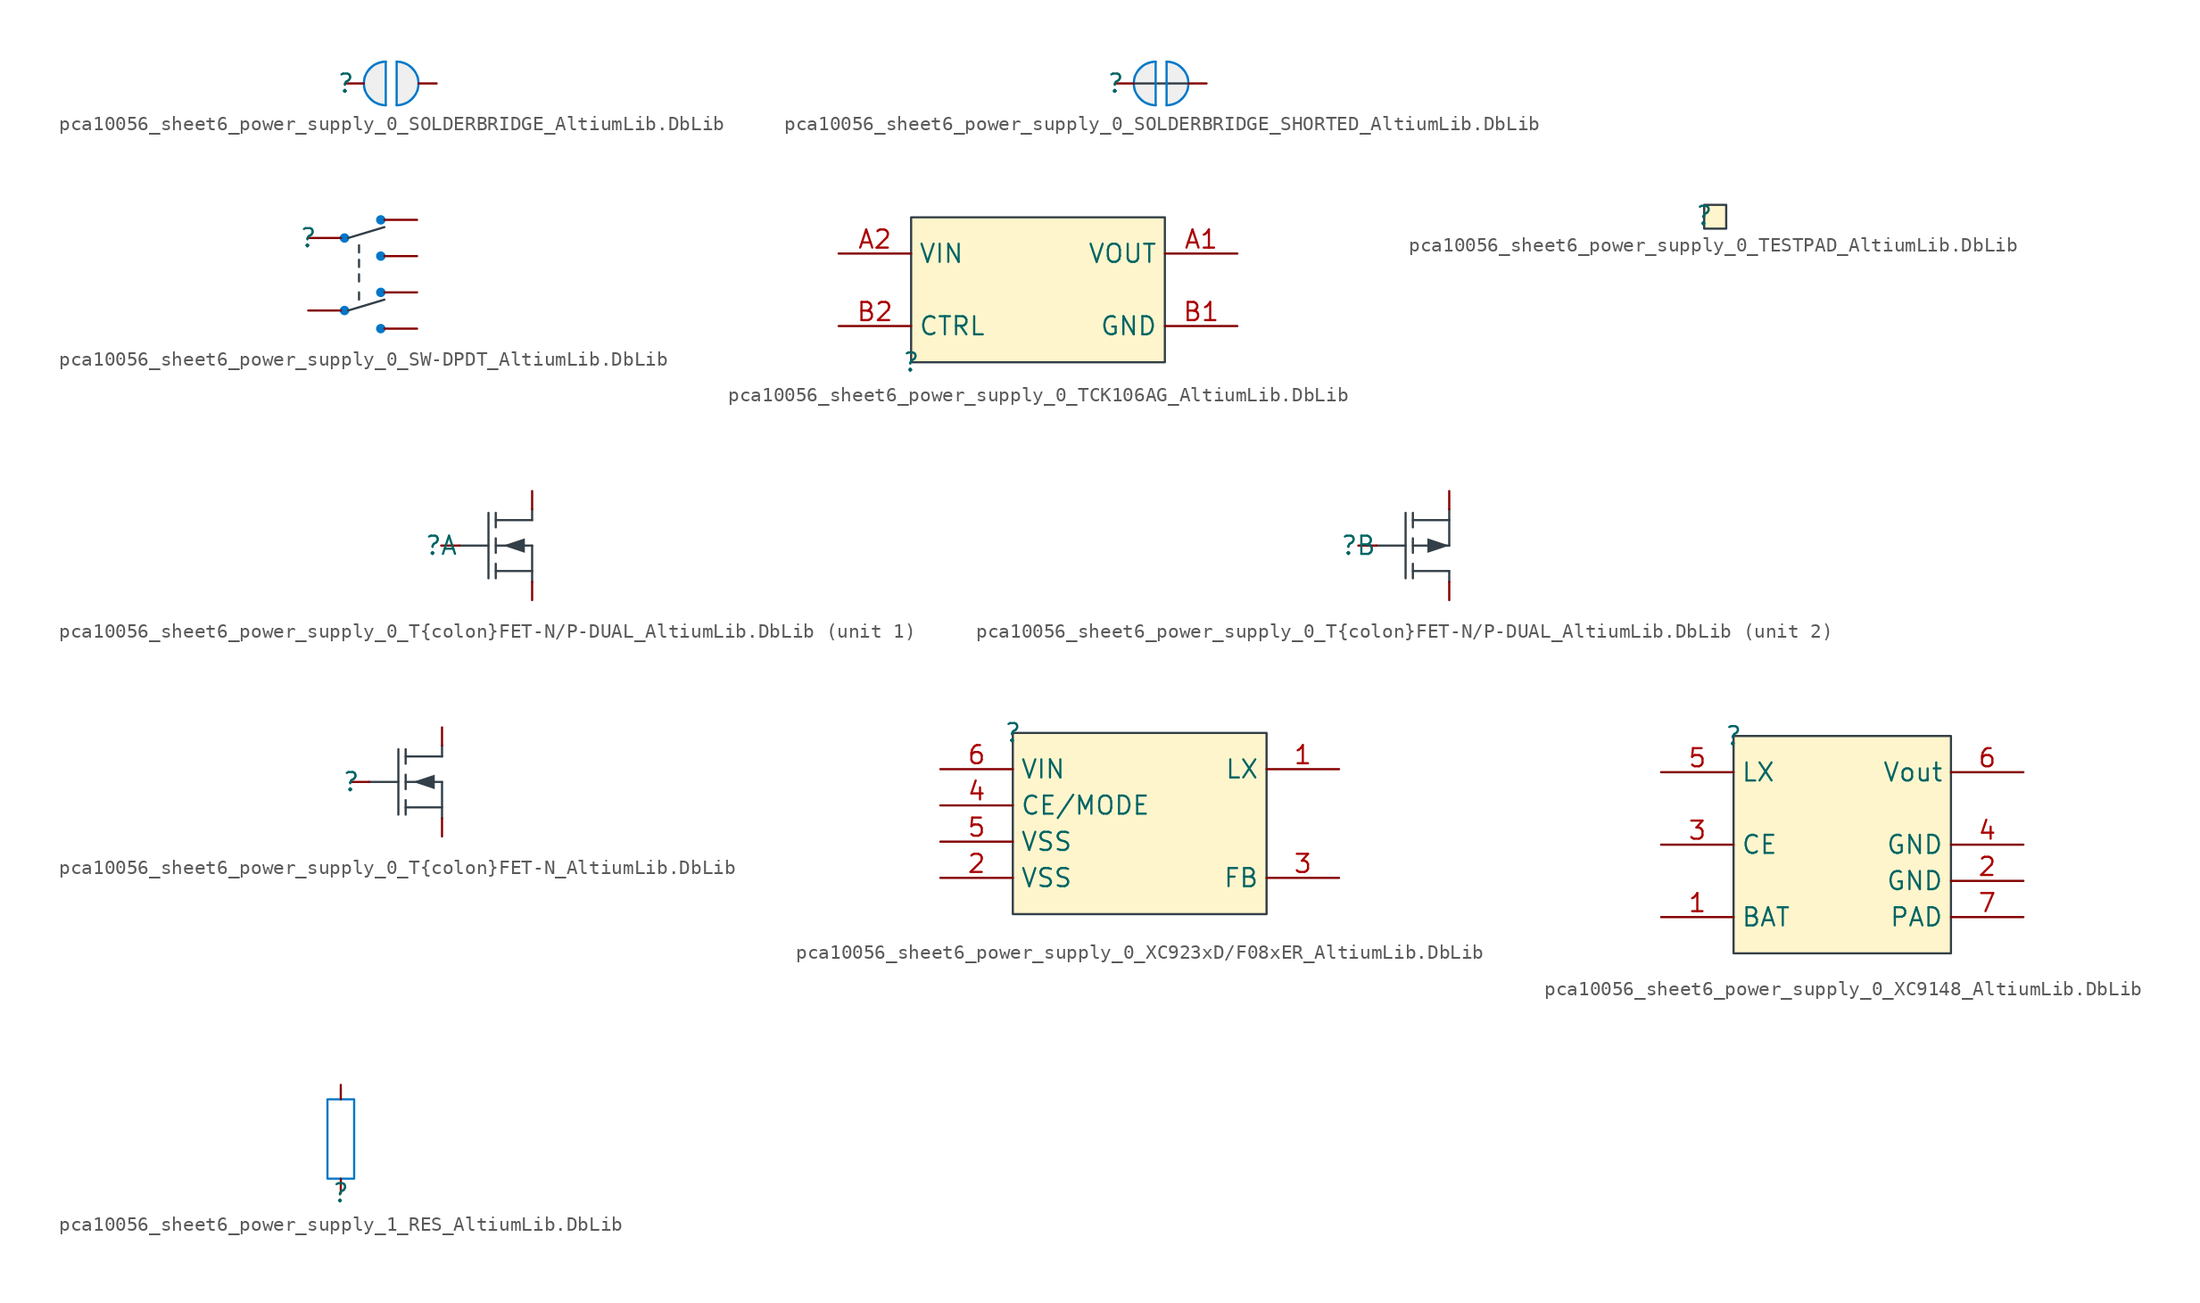
<source format=kicad_sym>
(kicad_symbol_lib
  (version 20241209)
  (generator "kicad_symbol_editor")
  (generator_version "9.0")
  (symbol "pca10056_sheet6_power_supply_0_SOLDERBRIDGE_AltiumLib.DbLib"
    (pin_numbers
      (hide yes))
    (pin_names
      (hide yes))
    (property "Reference" ""
      (at 0 0 0)
      (effects (font (size 1.27 1.27))))
    (property "Value" ""
      (at 0 0 0)
      (effects (font (size 1.27 1.27))))
    (symbol "pca10056_sheet6_power_supply_0_SOLDERBRIDGE_AltiumLib.DbLib_1_0"
      (arc (start 2.794 -1.524) (mid 1.27 0) (end 2.794 1.524) (stroke (width 0) (type solid) (color 0 119 200 1)) (fill (type none)))
      (polyline (pts (xy 2.794 -1.524) (xy 2.794 1.524)) (stroke (width 0) (type solid) (color 0 119 200 1)) (fill (type none)))
      (polyline (pts (xy 2.794 -1.524) (xy 2.032 -1.27) (xy 1.27 -0.508) (xy 1.27 0.508) (xy 2.032 1.27) (xy 2.794 1.524) (xy 2.794 -1.524)) (stroke (width 0.025) (type solid) (color 0 119 200 1)) (fill (type color) (color 239 239 239 1)))
      (polyline (pts (xy 3.556 1.524) (xy 3.556 -1.524)) (stroke (width 0) (type solid) (color 0 119 200 1)) (fill (type none)))
      (polyline (pts (xy 3.556 1.524) (xy 4.318 1.27) (xy 5.08 0.508) (xy 5.08 -0.508) (xy 4.318 -1.27) (xy 3.556 -1.524) (xy 3.556 1.524)) (stroke (width 0.025) (type solid) (color 0 119 200 1)) (fill (type color) (color 239 239 239 1)))
      (arc (start 3.556 1.524) (mid 5.08 0) (end 3.556 -1.524) (stroke (width 0) (type solid) (color 0 119 200 1)) (fill (type none)))
      (pin passive line (at 0 0 0) (length 1.27) (name "1" (effects (font (size 1.27 1.27)))) (number "2" (effects (font (size 1.27 1.27)))))
      (pin passive line (at 6.35 0 180) (length 1.27) (name "0" (effects (font (size 1.27 1.27)))) (number "1" (effects (font (size 1.27 1.27)))))))
  (symbol "pca10056_sheet6_power_supply_0_SOLDERBRIDGE_SHORTED_AltiumLib.DbLib"
    (pin_numbers
      (hide yes))
    (pin_names
      (hide yes))
    (property "Reference" ""
      (at 0 0 0)
      (effects (font (size 1.27 1.27))))
    (property "Value" ""
      (at 0 0 0)
      (effects (font (size 1.27 1.27))))
    (symbol "pca10056_sheet6_power_supply_0_SOLDERBRIDGE_SHORTED_AltiumLib.DbLib_1_0"
      (polyline (pts (xy 1.27 0) (xy 5.08 0)) (stroke (width 0) (type solid) (color 51 63 72 1)) (fill (type none)))
      (arc (start 2.794 -1.524) (mid 1.27 0) (end 2.794 1.524) (stroke (width 0) (type solid) (color 0 119 200 1)) (fill (type none)))
      (polyline (pts (xy 2.794 -1.524) (xy 2.794 1.524)) (stroke (width 0) (type solid) (color 0 119 200 1)) (fill (type none)))
      (polyline (pts (xy 2.794 -1.524) (xy 2.032 -1.27) (xy 1.27 -0.508) (xy 1.27 0.508) (xy 2.032 1.27) (xy 2.794 1.524) (xy 2.794 -1.524)) (stroke (width 0.025) (type solid) (color 0 119 200 1)) (fill (type color) (color 239 239 239 1)))
      (polyline (pts (xy 3.556 1.524) (xy 3.556 -1.524)) (stroke (width 0) (type solid) (color 0 119 200 1)) (fill (type none)))
      (polyline (pts (xy 3.556 1.524) (xy 4.318 1.27) (xy 5.08 0.508) (xy 5.08 -0.508) (xy 4.318 -1.27) (xy 3.556 -1.524) (xy 3.556 1.524)) (stroke (width 0.025) (type solid) (color 0 119 200 1)) (fill (type color) (color 239 239 239 1)))
      (arc (start 3.556 1.524) (mid 5.08 0) (end 3.556 -1.524) (stroke (width 0) (type solid) (color 0 119 200 1)) (fill (type none)))
      (pin passive line (at 0 0 0) (length 1.27) (name "1" (effects (font (size 1.27 1.27)))) (number "2" (effects (font (size 1.27 1.27)))))
      (pin passive line (at 6.35 0 180) (length 1.27) (name "0" (effects (font (size 1.27 1.27)))) (number "1" (effects (font (size 1.27 1.27)))))))
  (symbol "pca10056_sheet6_power_supply_0_SW-DPDT_AltiumLib.DbLib"
    (pin_numbers
      (hide yes))
    (pin_names
      (hide yes))
    (property "Reference" ""
      (at 0 0 0)
      (effects (font (size 1.27 1.27))))
    (property "Value" ""
      (at 0 0 0)
      (effects (font (size 1.27 1.27))))
    (symbol "pca10056_sheet6_power_supply_0_SW-DPDT_AltiumLib.DbLib_1_0"
      (circle (center 2.54 0) (radius 0.254) (stroke (width 0) (type solid) (color 0 119 200 1)) (fill (type outline)))
      (circle (center 2.54 -5.08) (radius 0.254) (stroke (width 0) (type solid) (color 0 119 200 1)) (fill (type outline)))
      (polyline (pts (xy 2.794 0) (xy 5.334 0.762)) (stroke (width 0) (type solid) (color 51 63 72 1)) (fill (type none)))
      (polyline (pts (xy 2.794 -5.08) (xy 5.334 -4.318)) (stroke (width 0) (type solid) (color 51 63 72 1)) (fill (type none)))
      (polyline (pts (xy 3.556 -0.508) (xy 3.556 -1.016)) (stroke (width 0) (type solid) (color 51 63 72 1)) (fill (type none)))
      (polyline (pts (xy 3.556 -1.524) (xy 3.556 -2.032)) (stroke (width 0) (type solid) (color 51 63 72 1)) (fill (type none)))
      (polyline (pts (xy 3.556 -2.54) (xy 3.556 -3.048)) (stroke (width 0) (type solid) (color 51 63 72 1)) (fill (type none)))
      (polyline (pts (xy 3.556 -3.81) (xy 3.556 -4.318)) (stroke (width 0) (type solid) (color 51 63 72 1)) (fill (type none)))
      (circle (center 5.08 1.27) (radius 0.254) (stroke (width 0) (type solid) (color 0 119 200 1)) (fill (type outline)))
      (circle (center 5.08 -1.27) (radius 0.254) (stroke (width 0) (type solid) (color 0 119 200 1)) (fill (type outline)))
      (circle (center 5.08 -3.81) (radius 0.254) (stroke (width 0) (type solid) (color 0 119 200 1)) (fill (type outline)))
      (circle (center 5.08 -6.35) (radius 0.254) (stroke (width 0) (type solid) (color 0 119 200 1)) (fill (type outline)))
      (pin passive line (at 0 0 0) (length 2.286) (name "COM-1" (effects (font (size 1.27 1.27)))) (number "2" (effects (font (size 1.27 1.27)))))
      (pin passive line (at 0 -5.08 0) (length 2.286) (name "COM-2" (effects (font (size 1.27 1.27)))) (number "5" (effects (font (size 1.27 1.27)))))
      (pin passive line (at 7.62 1.27 180) (length 2.286) (name "N.C-1" (effects (font (size 1.27 1.27)))) (number "3" (effects (font (size 1.27 1.27)))))
      (pin passive line (at 7.62 -1.27 180) (length 2.286) (name "N.O-1" (effects (font (size 1.27 1.27)))) (number "1" (effects (font (size 1.27 1.27)))))
      (pin passive line (at 7.62 -3.81 180) (length 2.286) (name "N.C-2" (effects (font (size 1.27 1.27)))) (number "6" (effects (font (size 1.27 1.27)))))
      (pin passive line (at 7.62 -6.35 180) (length 2.286) (name "N.O-2" (effects (font (size 1.27 1.27)))) (number "4" (effects (font (size 1.27 1.27)))))))
  (symbol "pca10056_sheet6_power_supply_0_TCK106AG_AltiumLib.DbLib"
    (property "Reference" ""
      (at 0 0 0)
      (effects (font (size 1.27 1.27))))
    (property "Value" ""
      (at 0 0 0)
      (effects (font (size 1.27 1.27))))
    (symbol "pca10056_sheet6_power_supply_0_TCK106AG_AltiumLib.DbLib_1_0"
      (rectangle (start 17.78 10.16) (end 0 0) (stroke (width 0) (type solid) (color 51 63 72 1)) (fill (type color) (color 255 245 204 1)))
      (pin power_in line (at -5.08 7.62 0) (length 5.08) (name "VIN" (effects (font (size 1.27 1.27)))) (number "A2" (effects (font (size 1.27 1.27)))))
      (pin input line (at -5.08 2.54 0) (length 5.08) (name "CTRL" (effects (font (size 1.27 1.27)))) (number "B2" (effects (font (size 1.27 1.27)))))
      (pin power_in line (at 22.86 7.62 180) (length 5.08) (name "VOUT" (effects (font (size 1.27 1.27)))) (number "A1" (effects (font (size 1.27 1.27)))))
      (pin power_in line (at 22.86 2.54 180) (length 5.08) (name "GND" (effects (font (size 1.27 1.27)))) (number "B1" (effects (font (size 1.27 1.27)))))))
  (symbol "pca10056_sheet6_power_supply_0_TESTPAD_AltiumLib.DbLib"
    (pin_numbers
      (hide yes))
    (pin_names
      (hide yes))
    (property "Reference" ""
      (at 0 0 0)
      (effects (font (size 1.27 1.27))))
    (property "Value" ""
      (at 0 0 0)
      (effects (font (size 1.27 1.27))))
    (symbol "pca10056_sheet6_power_supply_0_TESTPAD_AltiumLib.DbLib_1_0"
      (rectangle (start 1.524 0.762) (end 0 -0.889) (stroke (width 0) (type solid) (color 51 63 72 1)) (fill (type color) (color 255 245 204 1)))
      (pin passive line (at 0 0 0) (length 0) (name "1" (effects (font (size 1.27 1.27)))) (number "1" (effects (font (size 1.27 1.27)))))))
  (symbol "pca10056_sheet6_power_supply_0_T{colon}FET-N/P-DUAL_AltiumLib.DbLib"
    (pin_numbers
      (hide yes))
    (pin_names
      (hide yes))
    (property "Reference" ""
      (at 0 0 0)
      (effects (font (size 1.27 1.27))))
    (property "Value" ""
      (at 0 0 0)
      (effects (font (size 1.27 1.27))))
    (symbol "pca10056_sheet6_power_supply_0_T{colon}FET-N/P-DUAL_AltiumLib.DbLib_1_0"
      (polyline (pts (xy 1.27 0) (xy 3.302 0)) (stroke (width 0) (type solid) (color 51 63 72 1)) (fill (type none)))
      (polyline (pts (xy 3.302 2.286) (xy 3.302 -2.286)) (stroke (width 0) (type solid) (color 51 63 72 1)) (fill (type none)))
      (polyline (pts (xy 3.81 1.27) (xy 3.81 2.286)) (stroke (width 0) (type solid) (color 51 63 72 1)) (fill (type none)))
      (polyline (pts (xy 3.81 -0.508) (xy 3.81 0.508)) (stroke (width 0) (type solid) (color 51 63 72 1)) (fill (type none)))
      (polyline (pts (xy 3.81 -2.286) (xy 3.81 -1.27)) (stroke (width 0) (type solid) (color 51 63 72 1)) (fill (type none)))
      (polyline (pts (xy 4.318 0) (xy 5.842 -0.508) (xy 5.842 0.508) (xy 4.318 0)) (stroke (width -0.0001) (type solid) (color 51 63 72 1)) (fill (type outline)))
      (polyline (pts (xy 6.35 1.778) (xy 3.81 1.778)) (stroke (width 0) (type solid) (color 51 63 72 1)) (fill (type none)))
      (polyline (pts (xy 6.35 1.778) (xy 6.35 2.54)) (stroke (width 0) (type solid) (color 51 63 72 1)) (fill (type none)))
      (polyline (pts (xy 6.35 0) (xy 3.81 0)) (stroke (width 0) (type solid) (color 51 63 72 1)) (fill (type none)))
      (polyline (pts (xy 6.35 0) (xy 6.35 -2.54)) (stroke (width 0) (type solid) (color 51 63 72 1)) (fill (type none)))
      (polyline (pts (xy 6.35 -1.778) (xy 3.81 -1.778)) (stroke (width 0) (type solid) (color 51 63 72 1)) (fill (type none)))
      (pin passive line (at 0 0 0) (length 1.27) (name "G1" (effects (font (size 1.27 1.27)))) (number "2" (effects (font (size 1.27 1.27)))))
      (pin passive line (at 6.35 3.81 270) (length 1.27) (name "D1" (effects (font (size 1.27 1.27)))) (number "6" (effects (font (size 1.27 1.27)))))
      (pin passive line (at 6.35 -3.81 90) (length 1.27) (name "S1" (effects (font (size 1.27 1.27)))) (number "1" (effects (font (size 1.27 1.27))))))
    (symbol "pca10056_sheet6_power_supply_0_T{colon}FET-N/P-DUAL_AltiumLib.DbLib_2_0"
      (polyline (pts (xy 1.27 0) (xy 3.302 0)) (stroke (width 0) (type solid) (color 51 63 72 1)) (fill (type none)))
      (polyline (pts (xy 3.302 2.286) (xy 3.302 -2.286)) (stroke (width 0) (type solid) (color 51 63 72 1)) (fill (type none)))
      (polyline (pts (xy 3.81 1.27) (xy 3.81 2.286)) (stroke (width 0) (type solid) (color 51 63 72 1)) (fill (type none)))
      (polyline (pts (xy 3.81 -0.508) (xy 3.81 0.508)) (stroke (width 0) (type solid) (color 51 63 72 1)) (fill (type none)))
      (polyline (pts (xy 3.81 -2.286) (xy 3.81 -1.27)) (stroke (width 0) (type solid) (color 51 63 72 1)) (fill (type none)))
      (polyline (pts (xy 6.35 2.54) (xy 6.35 0)) (stroke (width 0) (type solid) (color 51 63 72 1)) (fill (type none)))
      (polyline (pts (xy 6.35 1.778) (xy 3.81 1.778)) (stroke (width 0) (type solid) (color 51 63 72 1)) (fill (type none)))
      (polyline (pts (xy 6.35 0) (xy 3.81 0)) (stroke (width 0) (type solid) (color 51 63 72 1)) (fill (type none)))
      (polyline (pts (xy 6.35 0) (xy 4.826 0.508) (xy 4.826 -0.508) (xy 6.35 0)) (stroke (width -0.0001) (type solid) (color 51 63 72 1)) (fill (type outline)))
      (polyline (pts (xy 6.35 -1.778) (xy 3.81 -1.778)) (stroke (width 0) (type solid) (color 51 63 72 1)) (fill (type none)))
      (polyline (pts (xy 6.35 -1.778) (xy 6.35 -2.54)) (stroke (width 0) (type solid) (color 51 63 72 1)) (fill (type none)))
      (pin passive line (at 0 0 0) (length 1.27) (name "G2" (effects (font (size 1.27 1.27)))) (number "5" (effects (font (size 1.27 1.27)))))
      (pin passive line (at 6.35 3.81 270) (length 1.27) (name "S2" (effects (font (size 1.27 1.27)))) (number "4" (effects (font (size 1.27 1.27)))))
      (pin passive line (at 6.35 -3.81 90) (length 1.27) (name "D2" (effects (font (size 1.27 1.27)))) (number "3" (effects (font (size 1.27 1.27)))))))
  (symbol "pca10056_sheet6_power_supply_0_T{colon}FET-N_AltiumLib.DbLib"
    (pin_numbers
      (hide yes))
    (pin_names
      (hide yes))
    (property "Reference" ""
      (at 0 0 0)
      (effects (font (size 1.27 1.27))))
    (property "Value" ""
      (at 0 0 0)
      (effects (font (size 1.27 1.27))))
    (symbol "pca10056_sheet6_power_supply_0_T{colon}FET-N_AltiumLib.DbLib_1_0"
      (polyline (pts (xy 1.27 0) (xy 3.302 0)) (stroke (width 0) (type solid) (color 51 63 72 1)) (fill (type none)))
      (polyline (pts (xy 3.302 2.286) (xy 3.302 -2.286)) (stroke (width 0) (type solid) (color 51 63 72 1)) (fill (type none)))
      (polyline (pts (xy 3.81 1.27) (xy 3.81 2.286)) (stroke (width 0) (type solid) (color 51 63 72 1)) (fill (type none)))
      (polyline (pts (xy 3.81 -0.508) (xy 3.81 0.508)) (stroke (width 0) (type solid) (color 51 63 72 1)) (fill (type none)))
      (polyline (pts (xy 3.81 -2.286) (xy 3.81 -1.27)) (stroke (width 0) (type solid) (color 51 63 72 1)) (fill (type none)))
      (polyline (pts (xy 4.318 0) (xy 5.842 -0.508) (xy 5.842 0.508) (xy 4.318 0)) (stroke (width -0.0001) (type solid) (color 51 63 72 1)) (fill (type outline)))
      (polyline (pts (xy 6.35 1.778) (xy 3.81 1.778)) (stroke (width 0) (type solid) (color 51 63 72 1)) (fill (type none)))
      (polyline (pts (xy 6.35 1.778) (xy 6.35 2.54)) (stroke (width 0) (type solid) (color 51 63 72 1)) (fill (type none)))
      (polyline (pts (xy 6.35 0) (xy 3.81 0)) (stroke (width 0) (type solid) (color 51 63 72 1)) (fill (type none)))
      (polyline (pts (xy 6.35 0) (xy 6.35 -2.54)) (stroke (width 0) (type solid) (color 51 63 72 1)) (fill (type none)))
      (polyline (pts (xy 6.35 -1.778) (xy 3.81 -1.778)) (stroke (width 0) (type solid) (color 51 63 72 1)) (fill (type none)))
      (pin passive line (at 0 0 0) (length 1.27) (name "G" (effects (font (size 1.27 1.27)))) (number "1" (effects (font (size 1.27 1.27)))))
      (pin passive line (at 6.35 3.81 270) (length 1.27) (name "D" (effects (font (size 1.27 1.27)))) (number "3" (effects (font (size 1.27 1.27)))))
      (pin passive line (at 6.35 -3.81 90) (length 1.27) (name "S" (effects (font (size 1.27 1.27)))) (number "2" (effects (font (size 1.27 1.27)))))))
  (symbol "pca10056_sheet6_power_supply_0_XC923xD/F08xER_AltiumLib.DbLib"
    (property "Reference" ""
      (at 0 0 0)
      (effects (font (size 1.27 1.27))))
    (property "Value" ""
      (at 0 0 0)
      (effects (font (size 1.27 1.27))))
    (symbol "pca10056_sheet6_power_supply_0_XC923xD/F08xER_AltiumLib.DbLib_1_0"
      (rectangle (start 17.78 0) (end 0 -12.7) (stroke (width 0) (type solid) (color 51 63 72 1)) (fill (type color) (color 255 245 204 1)))
      (pin power_in line (at -5.08 -2.54 0) (length 5.08) (name "VIN" (effects (font (size 1.27 1.27)))) (number "6" (effects (font (size 1.27 1.27)))))
      (pin input line (at -5.08 -5.08 0) (length 5.08) (name "CE/MODE" (effects (font (size 1.27 1.27)))) (number "4" (effects (font (size 1.27 1.27)))))
      (pin power_in line (at -5.08 -7.62 0) (length 5.08) (name "VSS" (effects (font (size 1.27 1.27)))) (number "5" (effects (font (size 1.27 1.27)))))
      (pin power_in line (at -5.08 -10.16 0) (length 5.08) (name "VSS" (effects (font (size 1.27 1.27)))) (number "2" (effects (font (size 1.27 1.27)))))
      (pin passive line (at 22.86 -2.54 180) (length 5.08) (name "LX" (effects (font (size 1.27 1.27)))) (number "1" (effects (font (size 1.27 1.27)))))
      (pin power_in line (at 22.86 -10.16 180) (length 5.08) (name "FB" (effects (font (size 1.27 1.27)))) (number "3" (effects (font (size 1.27 1.27)))))
      (pin power_in line (at 22.86 -12.7 180) (length 5.08) (hide yes) (name "VSS" (effects (font (size 1.27 1.27)))) (number "7" (effects (font (size 1.27 1.27)))))))
  (symbol "pca10056_sheet6_power_supply_0_XC9148_AltiumLib.DbLib"
    (property "Reference" ""
      (at 0 0 0)
      (effects (font (size 1.27 1.27))))
    (property "Value" ""
      (at 0 0 0)
      (effects (font (size 1.27 1.27))))
    (symbol "pca10056_sheet6_power_supply_0_XC9148_AltiumLib.DbLib_1_0"
      (rectangle (start 15.24 0) (end 0 -15.24) (stroke (width 0) (type solid) (color 51 63 72 1)) (fill (type color) (color 255 245 204 1)))
      (pin passive line (at -5.08 -2.54 0) (length 5.08) (name "LX" (effects (font (size 1.27 1.27)))) (number "5" (effects (font (size 1.27 1.27)))))
      (pin passive line (at -5.08 -7.62 0) (length 5.08) (name "CE" (effects (font (size 1.27 1.27)))) (number "3" (effects (font (size 1.27 1.27)))))
      (pin power_in line (at -5.08 -12.7 0) (length 5.08) (name "BAT" (effects (font (size 1.27 1.27)))) (number "1" (effects (font (size 1.27 1.27)))))
      (pin open_emitter line (at 20.32 -2.54 180) (length 5.08) (name "Vout" (effects (font (size 1.27 1.27)))) (number "6" (effects (font (size 1.27 1.27)))))
      (pin power_in line (at 20.32 -7.62 180) (length 5.08) (name "GND" (effects (font (size 1.27 1.27)))) (number "4" (effects (font (size 1.27 1.27)))))
      (pin power_in line (at 20.32 -10.16 180) (length 5.08) (name "GND" (effects (font (size 1.27 1.27)))) (number "2" (effects (font (size 1.27 1.27)))))
      (pin power_in line (at 20.32 -12.7 180) (length 5.08) (name "PAD" (effects (font (size 1.27 1.27)))) (number "7" (effects (font (size 1.27 1.27)))))))
  (symbol "pca10056_sheet6_power_supply_1_RES_AltiumLib.DbLib"
    (pin_numbers
      (hide yes))
    (pin_names
      (hide yes))
    (property "Reference" ""
      (at 0 0 0)
      (effects (font (size 1.27 1.27))))
    (property "Value" ""
      (at 0 0 0)
      (effects (font (size 1.27 1.27))))
    (symbol "pca10056_sheet6_power_supply_1_RES_AltiumLib.DbLib_1_0"
      (polyline (pts (xy -0.94 6.604) (xy -0.94 1.016) (xy 0.94 1.016) (xy 0.94 6.604) (xy -0.94 6.604)) (stroke (width 0) (type solid) (color 0 119 200 1)) (fill (type none)))
      (pin passive line (at 0 7.62 270) (length 1.016) (name "2" (effects (font (size 1.27 1.27)))) (number "2" (effects (font (size 1.27 1.27)))))
      (pin passive line (at 0 0 90) (length 1.016) (name "1" (effects (font (size 1.27 1.27)))) (number "1" (effects (font (size 1.27 1.27))))))))
</source>
